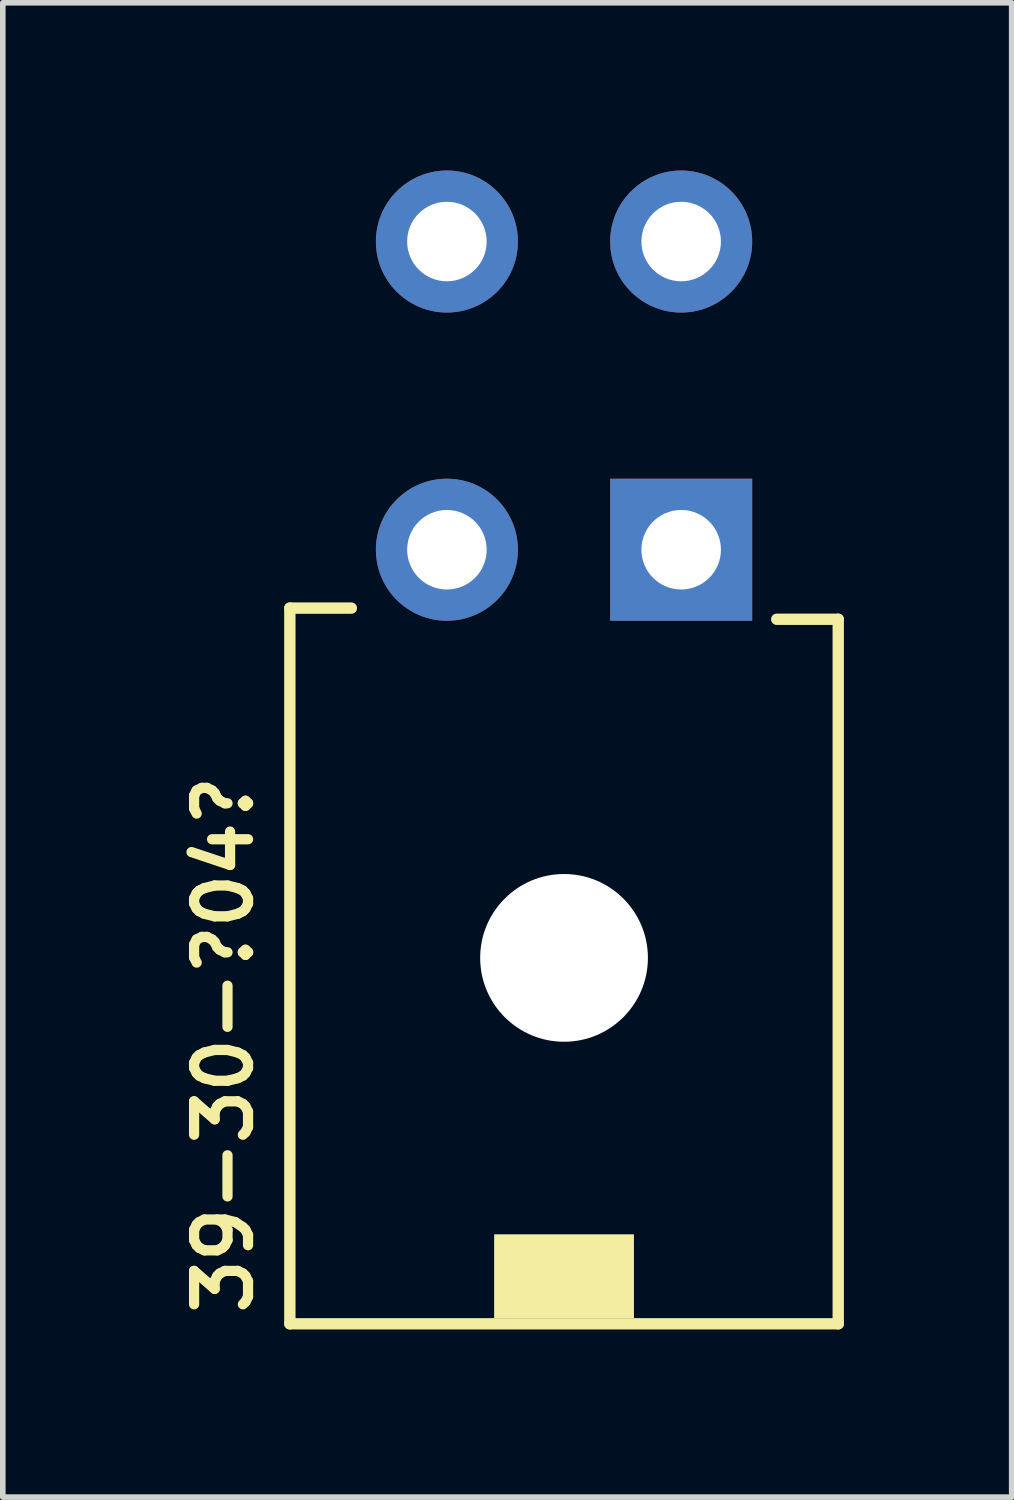
<source format=kicad_pcb>
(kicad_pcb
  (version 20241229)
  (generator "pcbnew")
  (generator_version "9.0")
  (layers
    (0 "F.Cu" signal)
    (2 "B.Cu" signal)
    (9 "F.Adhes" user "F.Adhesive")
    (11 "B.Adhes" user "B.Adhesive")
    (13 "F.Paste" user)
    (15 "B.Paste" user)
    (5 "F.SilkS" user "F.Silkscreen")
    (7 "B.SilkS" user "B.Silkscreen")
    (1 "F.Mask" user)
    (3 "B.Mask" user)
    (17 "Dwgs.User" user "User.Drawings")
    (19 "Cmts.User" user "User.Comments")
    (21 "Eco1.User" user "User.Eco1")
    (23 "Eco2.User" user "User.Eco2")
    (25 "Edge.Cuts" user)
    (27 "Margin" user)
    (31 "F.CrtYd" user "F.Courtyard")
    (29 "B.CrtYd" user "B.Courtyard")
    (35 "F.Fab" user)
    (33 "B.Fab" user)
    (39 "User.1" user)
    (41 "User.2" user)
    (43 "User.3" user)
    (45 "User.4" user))
  (footprint "39-30-?04?"
    (layer "F.Cu")
    (at 7.038 6.782)
    (property "Reference" "39-30-?04?" (at -5.524 13.754 90) (layer "F.SilkS") (effects (font (size 0.965 0.965) (thickness 0.183)) (justify left bottom)))
    (attr through_hole)
    (fp_line (start -4.904 1.044) (end -4.904 13.844) (stroke (width 0.203) (type solid)) (layer "F.SilkS"))
    (fp_line (start -4.904 13.844) (end 4.904 13.844) (stroke (width 0.203) (type solid)) (layer "F.SilkS"))
    (fp_line (start -3.804 1.044) (end -4.904 1.044) (stroke (width 0.203) (type solid)) (layer "F.SilkS"))
    (fp_line (start 4.904 1.244) (end 3.804 1.244) (stroke (width 0.203) (type solid)) (layer "F.SilkS"))
    (fp_line (start 4.904 13.844) (end 4.904 1.244) (stroke (width 0.203) (type solid)) (layer "F.SilkS"))
    (fp_poly (pts (xy -1.25 13.744) (xy 1.25 13.744) (xy 1.25 12.244) (xy -1.25 12.244)) (stroke (width 0) (type solid)) (fill yes) (layer "F.SilkS"))
    (pad "" np_thru_hole circle (at 0 7.3) (size 3 3) (drill 3) (layers "*.Cu" "*.Mask"))
    (pad "1" thru_hole rect (at 2.095 0 90) (size 2.54 2.54) (drill 1.422) (layers "*.Cu" "*.Mask"))
    (pad "2" thru_hole circle (at -2.095 0 90) (size 2.54 2.54) (drill 1.422) (layers "*.Cu" "*.Mask"))
    (pad "3" thru_hole circle (at 2.095 -5.512 90) (size 2.54 2.54) (drill 1.422) (layers "*.Cu" "*.Mask"))
    (pad "4" thru_hole circle (at -2.095 -5.512 90) (size 2.54 2.54) (drill 1.422) (layers "*.Cu" "*.Mask")))
  (gr_rect
    (start -3 -3)
    (end 15.044 23.727)
    (stroke (width 0.1) (type default))
    (fill no)
    (layer "Edge.Cuts")))
</source>
